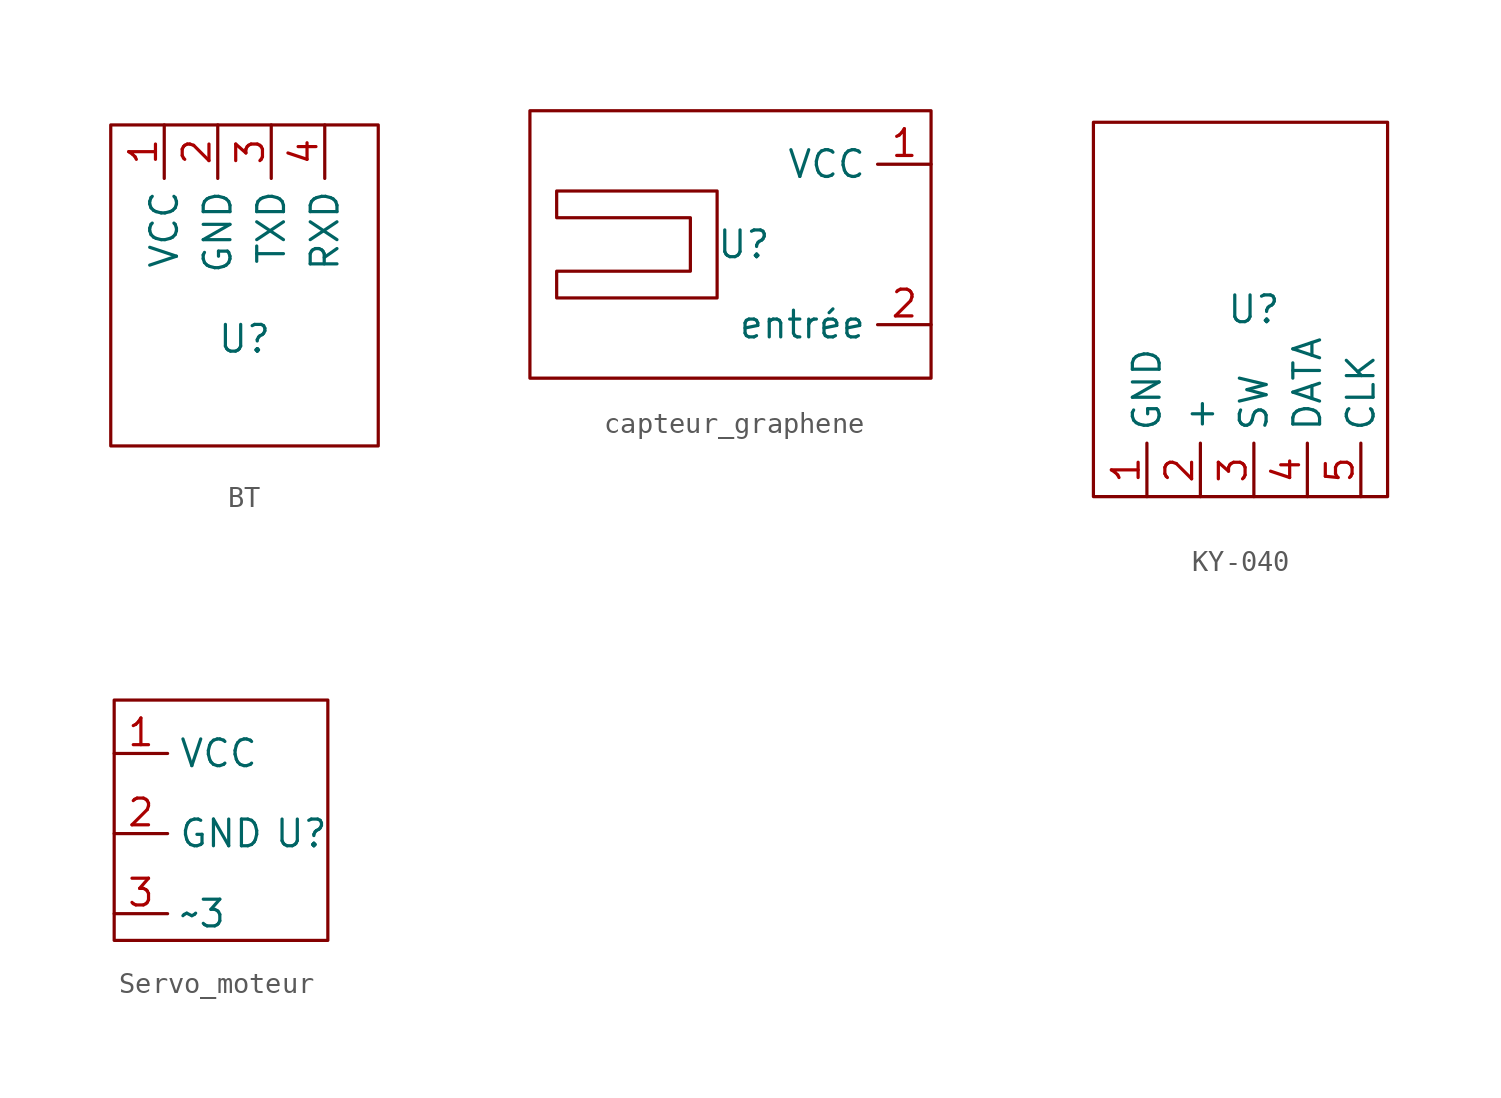
<source format=kicad_sym>
(kicad_symbol_lib
  (version 20220914)
  (generator kicad_symbol_editor)
  (symbol "BT"
    (property "Reference" "U"
      (at 0 0 0)
      (effects (font (size 1.27 1.27))))
    (property "Value" ""
      (at 0 0 0)
      (effects (font (size 1.27 1.27))))
    (symbol "BT_0_1"
      (rectangle (start -6.35 10.16) (end 6.35 -5.08) (stroke (width 0) (type default)) (fill (type none))))
    (symbol "BT_1_1"
      (pin passive line (at -3.81 10.16 270) (length 2.54) (name "VCC" (effects (font (size 1.27 1.27)))) (number "1" (effects (font (size 1.27 1.27)))))
      (pin passive line (at -1.27 10.16 270) (length 2.54) (name "GND" (effects (font (size 1.27 1.27)))) (number "2" (effects (font (size 1.27 1.27)))))
      (pin passive line (at 1.27 10.16 270) (length 2.54) (name "TXD" (effects (font (size 1.27 1.27)))) (number "3" (effects (font (size 1.27 1.27)))))
      (pin passive line (at 3.81 10.16 270) (length 2.54) (name "RXD" (effects (font (size 1.27 1.27)))) (number "4" (effects (font (size 1.27 1.27)))))))
  (symbol "capteur_graphene"
    (property "Reference" "U"
      (at 0 0 0)
      (effects (font (size 1.27 1.27))))
    (property "Value" ""
      (at -1.27 0 0)
      (effects (font (size 1.27 1.27))))
    (symbol "capteur_graphene_0_1"
      (rectangle (start -10.16 6.35) (end 8.89 -6.35) (stroke (width 0) (type default)) (fill (type none)))
      (polyline (pts (xy -8.89 2.54) (xy -8.89 1.27) (xy -2.54 1.27) (xy -2.54 -1.27) (xy -8.89 -1.27) (xy -8.89 -2.54) (xy -1.27 -2.54) (xy -1.27 2.54) (xy -8.89 2.54) (xy -8.89 2.54)) (stroke (width 0) (type default)) (fill (type none))))
    (symbol "capteur_graphene_1_1"
      (pin passive line (at 8.89 3.81 180) (length 2.54) (name "VCC" (effects (font (size 1.27 1.27)))) (number "1" (effects (font (size 1.27 1.27)))))
      (pin passive line (at 8.89 -3.81 180) (length 2.54) (name "entrée" (effects (font (size 1.27 1.27)))) (number "2" (effects (font (size 1.27 1.27)))))))
  (symbol "KY-040"
    (property "Reference" "U"
      (at 0 0 0)
      (effects (font (size 1.27 1.27))))
    (property "Value" ""
      (at -1.27 -2.54 0)
      (effects (font (size 1.27 1.27))))
    (symbol "KY-040_0_1"
      (rectangle (start -7.62 8.89) (end 6.35 -8.89) (stroke (width 0) (type default)) (fill (type none))))
    (symbol "KY-040_1_1"
      (pin passive line (at -5.08 -8.89 90) (length 2.54) (name "GND" (effects (font (size 1.27 1.27)))) (number "1" (effects (font (size 1.27 1.27)))))
      (pin passive line (at -2.54 -8.89 90) (length 2.54) (name "+" (effects (font (size 1.27 1.27)))) (number "2" (effects (font (size 1.27 1.27)))))
      (pin passive line (at 0 -8.89 90) (length 2.54) (name "SW" (effects (font (size 1.27 1.27)))) (number "3" (effects (font (size 1.27 1.27)))))
      (pin passive line (at 2.54 -8.89 90) (length 2.54) (name "DATA" (effects (font (size 1.27 1.27)))) (number "4" (effects (font (size 1.27 1.27)))))
      (pin passive line (at 5.08 -8.89 90) (length 2.54) (name "CLK" (effects (font (size 1.27 1.27)))) (number "5" (effects (font (size 1.27 1.27)))))))
  (symbol "Servo_moteur"
    (property "Reference" "U"
      (at 0 0 0)
      (effects (font (size 1.27 1.27))))
    (property "Value" ""
      (at 0 0 0)
      (effects (font (size 1.27 1.27))))
    (symbol "Servo_moteur_0_1"
      (rectangle (start -8.89 6.35) (end 1.27 -5.08) (stroke (width 0) (type default)) (fill (type none))))
    (symbol "Servo_moteur_1_1"
      (pin passive line (at -8.89 3.81 0) (length 2.54) (name "VCC" (effects (font (size 1.27 1.27)))) (number "1" (effects (font (size 1.27 1.27)))))
      (pin passive line (at -8.89 0 0) (length 2.54) (name "GND" (effects (font (size 1.27 1.27)))) (number "2" (effects (font (size 1.27 1.27)))))
      (pin passive line (at -8.89 -3.81 0) (length 2.54) (name "~3" (effects (font (size 1.27 1.27)))) (number "3" (effects (font (size 1.27 1.27))))))))
</source>
